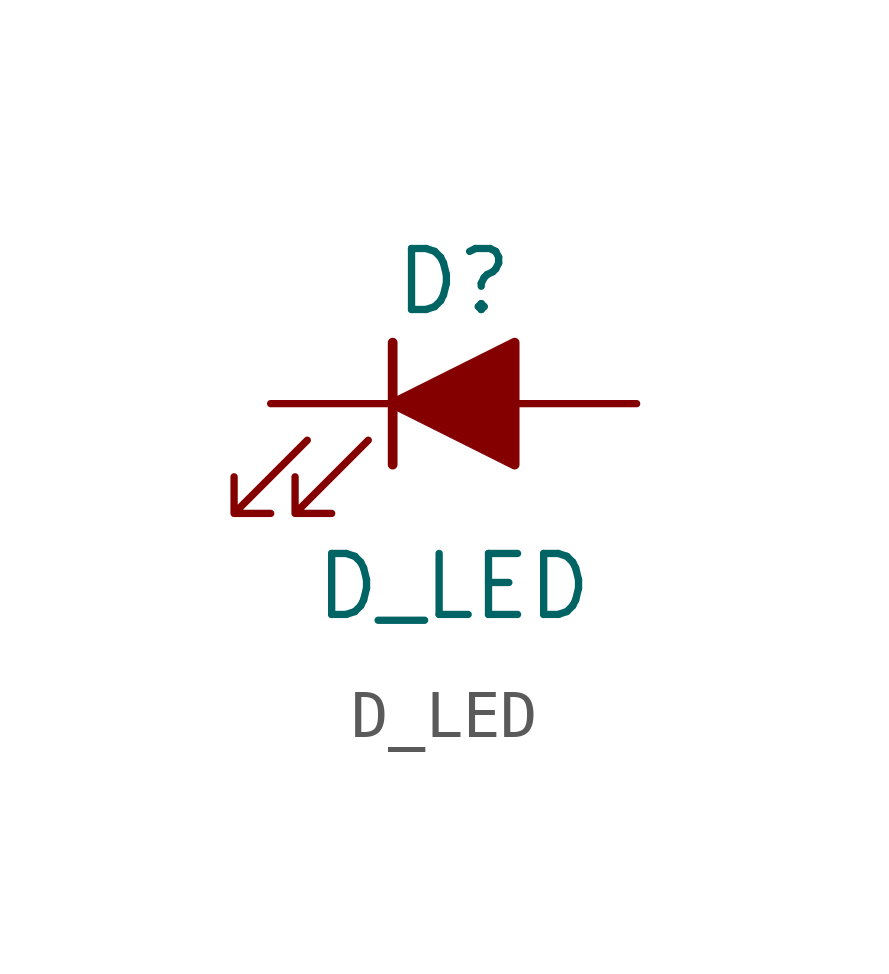
<source format=kicad_sym>
(kicad_symbol_lib
  (version 20211014)
  (generator kicad_symbol_editor)
  (symbol "D_LED"
    (pin_numbers hide)
    (pin_names
      (offset 1.016) hide)
    (property "Reference" "D"
      (at 0 2.54 0)
      (effects (font (size 1.27 1.27))))
    (property "Value" "D_LED"
      (at 0 -3.81 0)
      (effects (font (size 1.27 1.27))))
    (symbol "D_LED_1_1"
      (polyline (pts (xy -1.27 -1.27) (xy -1.27 1.27)) (stroke (width 0.203) (type default) (color 0 0 0 0)) (fill (type none)))
      (polyline (pts (xy -1.27 0) (xy 1.27 0)) (stroke (width 0) (type default) (color 0 0 0 0)) (fill (type none)))
      (polyline (pts (xy 1.27 -1.27) (xy 1.27 1.27) (xy -1.27 0) (xy 1.27 -1.27)) (stroke (width 0.203) (type default) (color 0 0 0 0)) (fill (type outline)))
      (polyline (pts (xy -3.048 -0.762) (xy -4.572 -2.286) (xy -3.81 -2.286) (xy -4.572 -2.286) (xy -4.572 -1.524)) (stroke (width 0) (type default) (color 0 0 0 0)) (fill (type none)))
      (polyline (pts (xy -1.778 -0.762) (xy -3.302 -2.286) (xy -2.54 -2.286) (xy -3.302 -2.286) (xy -3.302 -1.524)) (stroke (width 0) (type default) (color 0 0 0 0)) (fill (type none)))
      (pin passive line (at -3.81 0 0) (length 2.54) (name "K" (effects (font (size 1.27 1.27)))) (number "1" (effects (font (size 1.27 1.27)))))
      (pin passive line (at 3.81 0 180) (length 2.54) (name "A" (effects (font (size 1.27 1.27)))) (number "2" (effects (font (size 1.27 1.27))))))))
</source>
